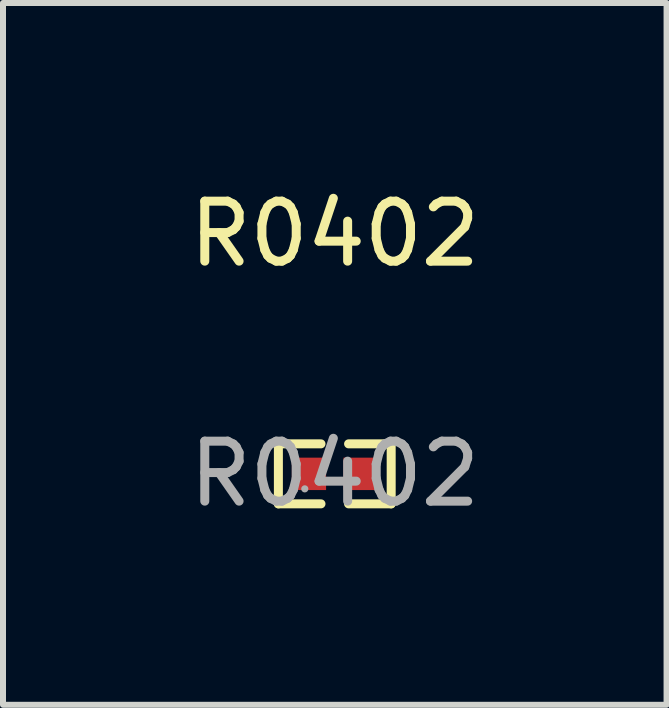
<source format=kicad_pcb>
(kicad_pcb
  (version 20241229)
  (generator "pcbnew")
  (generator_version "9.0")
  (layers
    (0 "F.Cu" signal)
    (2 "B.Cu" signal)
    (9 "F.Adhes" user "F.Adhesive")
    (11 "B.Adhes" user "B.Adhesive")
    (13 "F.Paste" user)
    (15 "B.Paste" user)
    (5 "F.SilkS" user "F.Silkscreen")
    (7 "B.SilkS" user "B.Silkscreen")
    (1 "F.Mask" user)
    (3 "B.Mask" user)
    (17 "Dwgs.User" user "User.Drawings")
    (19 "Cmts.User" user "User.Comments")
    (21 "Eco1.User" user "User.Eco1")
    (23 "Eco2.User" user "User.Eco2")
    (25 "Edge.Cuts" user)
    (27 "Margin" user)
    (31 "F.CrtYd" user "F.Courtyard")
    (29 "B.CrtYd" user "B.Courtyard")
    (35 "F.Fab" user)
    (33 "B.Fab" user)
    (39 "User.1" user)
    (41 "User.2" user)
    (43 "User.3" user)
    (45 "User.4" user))
  (footprint "R0402"
    (layer "F.Cu")
    (at 2.53 4.848)
    (property "Reference" "R0402" (at 0 -4 0) (layer "F.SilkS") (effects (font (size 1 1) (thickness 0.15))))
    (attr smd)
    (fp_line (start -0.94 -0.5) (end -0.23 -0.5) (stroke (width 0.15) (type solid)) (layer "F.SilkS"))
    (fp_line (start -0.94 0.5) (end -0.94 -0.5) (stroke (width 0.15) (type solid)) (layer "F.SilkS"))
    (fp_line (start -0.23 0.5) (end -0.94 0.5) (stroke (width 0.15) (type solid)) (layer "F.SilkS"))
    (fp_line (start 0.23 0.5) (end 0.94 0.5) (stroke (width 0.15) (type solid)) (layer "F.SilkS"))
    (fp_line (start 0.94 -0.5) (end 0.23 -0.5) (stroke (width 0.15) (type solid)) (layer "F.SilkS"))
    (fp_line (start 0.94 0.5) (end 0.94 -0.5) (stroke (width 0.15) (type solid)) (layer "F.SilkS"))
    (fp_circle (center -0.5 0.25) (end -0.47 0.25) (stroke (width 0.06) (type solid)) (fill no) (layer "F.Fab"))
    (fp_text user "${REFERENCE}" (at 0 0 0) (layer "F.Fab") (effects (font (size 1 1) (thickness 0.15))))
    (pad "1" smd rect (at -0.43 0) (size 0.57 0.54) (layers "F.Cu" "F.Mask" "F.Paste"))
    (pad "2" smd rect (at 0.43 0) (size 0.57 0.54) (layers "F.Cu" "F.Mask" "F.Paste")))
  (gr_rect
    (start -3 -3)
    (end 8.06 8.697)
    (stroke (width 0.1) (type default))
    (fill no)
    (layer "Edge.Cuts")))
</source>
